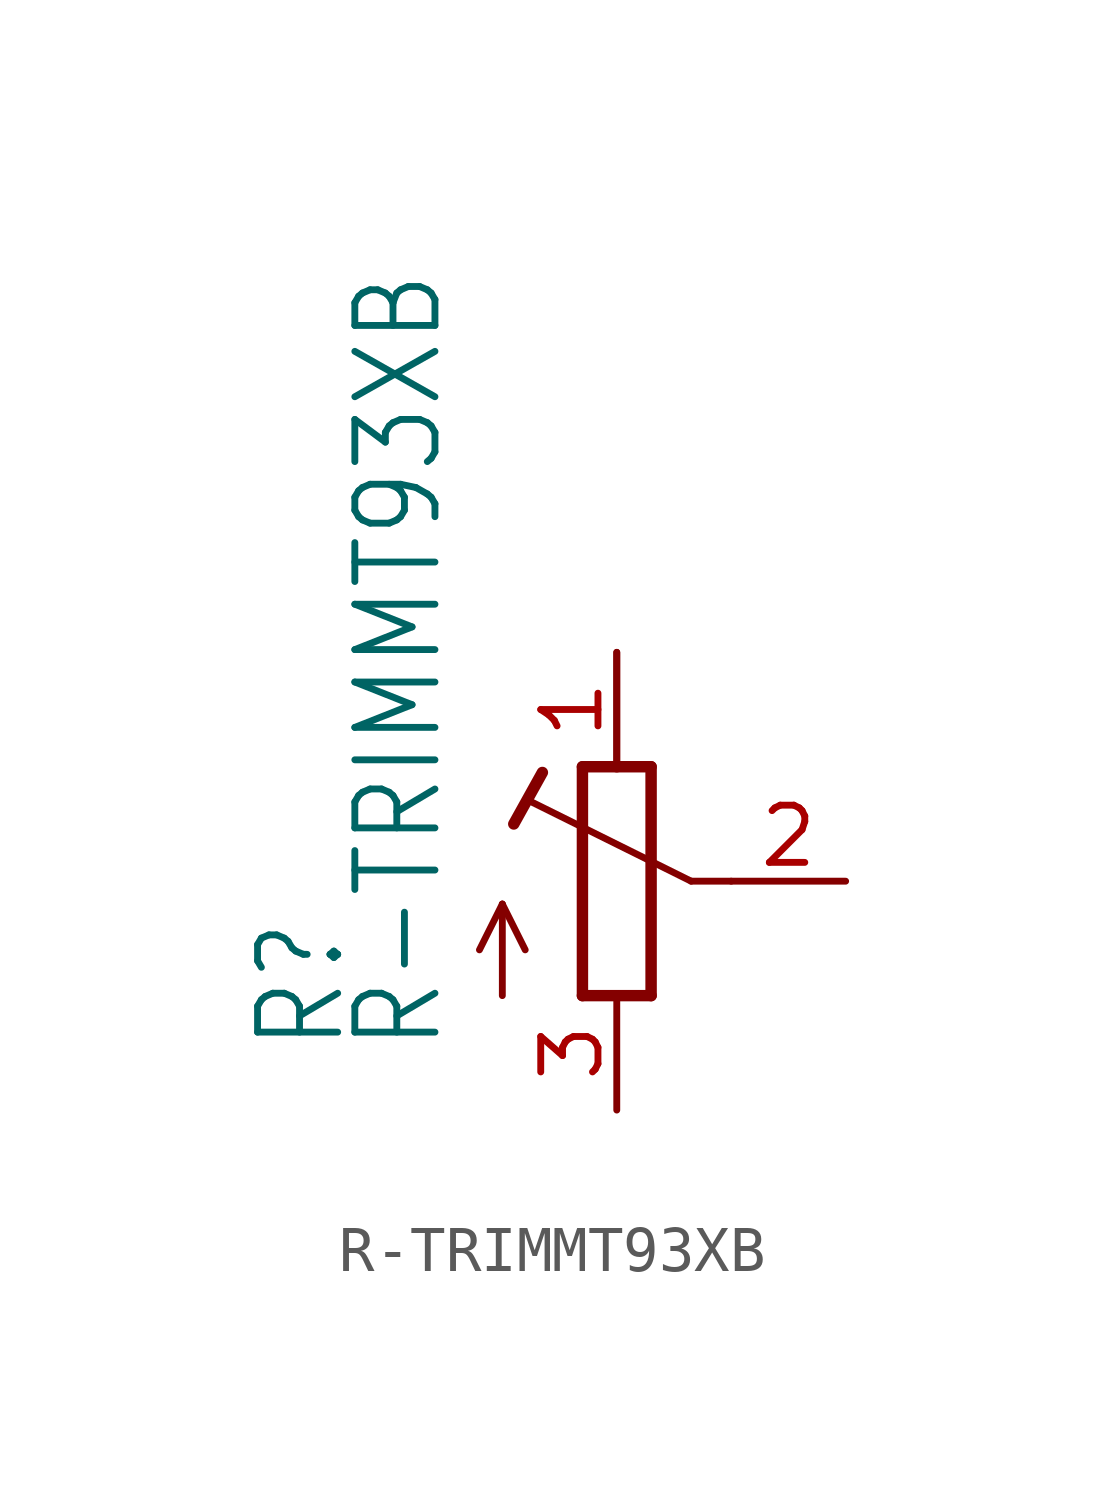
<source format=kicad_sym>
(kicad_symbol_lib
  (version 20220331)
  (generator kicad_symbol_editor)
  (symbol "R-TRIMMT93XB"
    (property "Reference" "R"
      (at -5.969 -3.81 90)
      (effects (font (size 1.778 1.511)) (justify left bottom)))
    (property "Value" "R-TRIMMT93XB"
      (at -3.81 -3.81 90)
      (effects (font (size 1.778 1.511)) (justify left bottom)))
    (property "ki_locked" ""
      (at 0 0 0)
      (effects (font (size 1.27 1.27))))
    (symbol "R-TRIMMT93XB_1_0"
      (polyline (pts (xy -2.54 -2.54) (xy -2.54 -0.508)) (stroke (width 0.152) (type solid)) (fill (type none)))
      (polyline (pts (xy -2.54 -0.508) (xy -3.048 -1.524)) (stroke (width 0.152) (type solid)) (fill (type none)))
      (polyline (pts (xy -2.54 -0.508) (xy -2.032 -1.524)) (stroke (width 0.152) (type solid)) (fill (type none)))
      (polyline (pts (xy -2.286 1.27) (xy -1.651 2.413)) (stroke (width 0.254) (type solid)) (fill (type none)))
      (polyline (pts (xy -0.762 -2.54) (xy 0.762 -2.54)) (stroke (width 0.254) (type solid)) (fill (type none)))
      (polyline (pts (xy -0.762 2.54) (xy -0.762 -2.54)) (stroke (width 0.254) (type solid)) (fill (type none)))
      (polyline (pts (xy 0 2.54) (xy -0.762 2.54)) (stroke (width 0.254) (type solid)) (fill (type none)))
      (polyline (pts (xy 0 2.54) (xy 0 5.08)) (stroke (width 0.152) (type solid)) (fill (type none)))
      (polyline (pts (xy 0.762 -2.54) (xy 0.762 2.54)) (stroke (width 0.254) (type solid)) (fill (type none)))
      (polyline (pts (xy 0.762 2.54) (xy 0 2.54)) (stroke (width 0.254) (type solid)) (fill (type none)))
      (polyline (pts (xy 1.651 0) (xy -1.88 1.753)) (stroke (width 0.152) (type solid)) (fill (type none)))
      (polyline (pts (xy 2.54 0) (xy 1.651 0)) (stroke (width 0.152) (type solid)) (fill (type none)))
      (pin passive line (at 0 5.08 270) (length 2.54) (name "A" (effects (font (size 0 0)))) (number "1" (effects (font (size 1.27 1.27)))))
      (pin passive line (at 5.08 0 180) (length 2.54) (name "S" (effects (font (size 0 0)))) (number "2" (effects (font (size 1.27 1.27)))))
      (pin passive line (at 0 -5.08 90) (length 2.54) (name "E" (effects (font (size 0 0)))) (number "3" (effects (font (size 1.27 1.27))))))))
</source>
